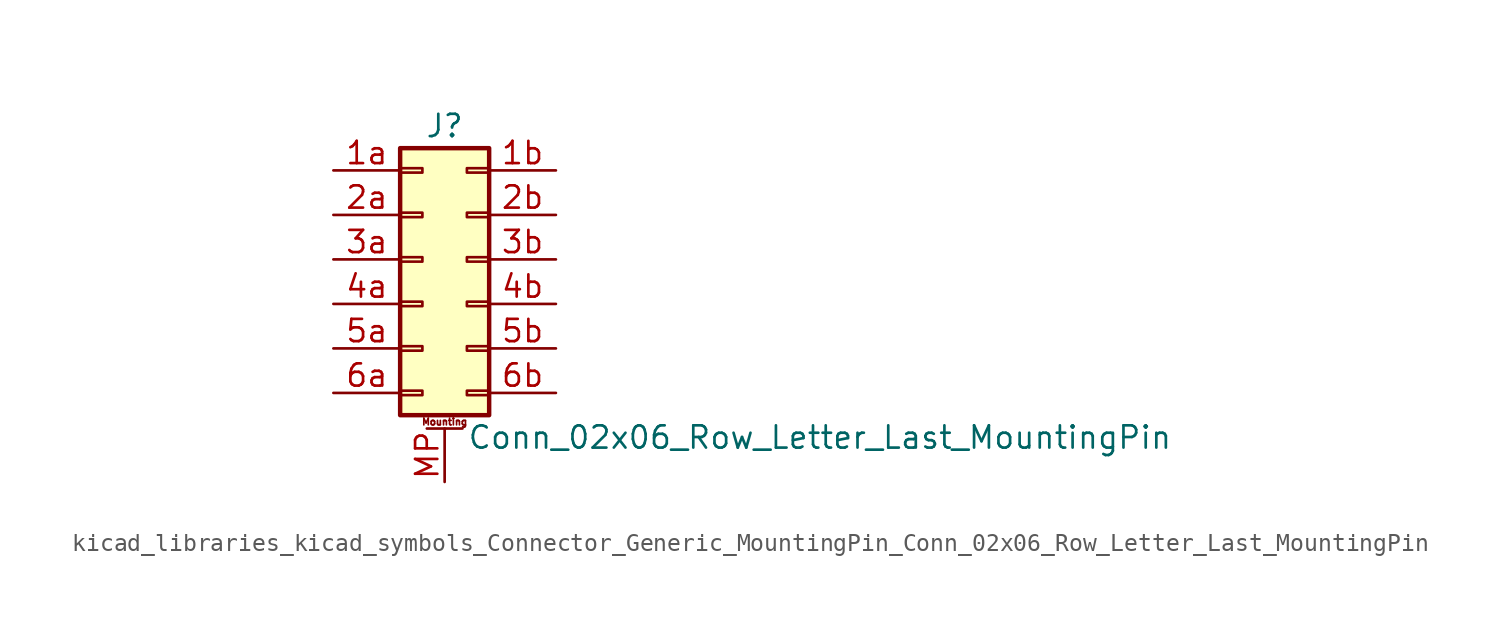
<source format=kicad_sym>
(kicad_symbol_lib
  (version 20220914)
  (generator kicad_symbol_editor)
  (symbol "kicad_libraries_kicad_symbols_Connector_Generic_MountingPin_Conn_02x06_Row_Letter_Last_MountingPin"
    (pin_names
      (offset 1.016) hide)
    (property "Reference" "J"
      (at 1.27 7.62 0)
      (effects (font (size 1.27 1.27))))
    (property "Value" "Conn_02x06_Row_Letter_Last_MountingPin"
      (at 2.54 -10.16 0)
      (effects (font (size 1.27 1.27)) (justify left)))
    (symbol "kicad_libraries_kicad_symbols_Connector_Generic_MountingPin_Conn_02x06_Row_Letter_Last_MountingPin_1_1"
      (rectangle (start -1.27 -7.493) (end 0 -7.747) (stroke (width 0.152) (type default)) (fill (type none)))
      (rectangle (start -1.27 -4.953) (end 0 -5.207) (stroke (width 0.152) (type default)) (fill (type none)))
      (rectangle (start -1.27 -2.413) (end 0 -2.667) (stroke (width 0.152) (type default)) (fill (type none)))
      (rectangle (start -1.27 0.127) (end 0 -0.127) (stroke (width 0.152) (type default)) (fill (type none)))
      (rectangle (start -1.27 2.667) (end 0 2.413) (stroke (width 0.152) (type default)) (fill (type none)))
      (rectangle (start -1.27 5.207) (end 0 4.953) (stroke (width 0.152) (type default)) (fill (type none)))
      (rectangle (start -1.27 6.35) (end 3.81 -8.89) (stroke (width 0.254) (type default)) (fill (type background)))
      (polyline (pts (xy 0.254 -9.652) (xy 2.286 -9.652)) (stroke (width 0.152) (type default)) (fill (type none)))
      (rectangle (start 3.81 -7.493) (end 2.54 -7.747) (stroke (width 0.152) (type default)) (fill (type none)))
      (rectangle (start 3.81 -4.953) (end 2.54 -5.207) (stroke (width 0.152) (type default)) (fill (type none)))
      (rectangle (start 3.81 -2.413) (end 2.54 -2.667) (stroke (width 0.152) (type default)) (fill (type none)))
      (rectangle (start 3.81 0.127) (end 2.54 -0.127) (stroke (width 0.152) (type default)) (fill (type none)))
      (rectangle (start 3.81 2.667) (end 2.54 2.413) (stroke (width 0.152) (type default)) (fill (type none)))
      (rectangle (start 3.81 5.207) (end 2.54 4.953) (stroke (width 0.152) (type default)) (fill (type none)))
      (text "Mounting" (at 1.27 -9.271 0) (effects (font (size 0.381 0.381))))
      (pin passive line (at -5.08 5.08 0) (length 3.81) (name "Pin_1a" (effects (font (size 1.27 1.27)))) (number "1a" (effects (font (size 1.27 1.27)))))
      (pin passive line (at 7.62 5.08 180) (length 3.81) (name "Pin_1b" (effects (font (size 1.27 1.27)))) (number "1b" (effects (font (size 1.27 1.27)))))
      (pin passive line (at -5.08 2.54 0) (length 3.81) (name "Pin_2a" (effects (font (size 1.27 1.27)))) (number "2a" (effects (font (size 1.27 1.27)))))
      (pin passive line (at 7.62 2.54 180) (length 3.81) (name "Pin_2b" (effects (font (size 1.27 1.27)))) (number "2b" (effects (font (size 1.27 1.27)))))
      (pin passive line (at -5.08 0 0) (length 3.81) (name "Pin_3a" (effects (font (size 1.27 1.27)))) (number "3a" (effects (font (size 1.27 1.27)))))
      (pin passive line (at 7.62 0 180) (length 3.81) (name "Pin_3b" (effects (font (size 1.27 1.27)))) (number "3b" (effects (font (size 1.27 1.27)))))
      (pin passive line (at -5.08 -2.54 0) (length 3.81) (name "Pin_4a" (effects (font (size 1.27 1.27)))) (number "4a" (effects (font (size 1.27 1.27)))))
      (pin passive line (at 7.62 -2.54 180) (length 3.81) (name "Pin_4b" (effects (font (size 1.27 1.27)))) (number "4b" (effects (font (size 1.27 1.27)))))
      (pin passive line (at -5.08 -5.08 0) (length 3.81) (name "Pin_5a" (effects (font (size 1.27 1.27)))) (number "5a" (effects (font (size 1.27 1.27)))))
      (pin passive line (at 7.62 -5.08 180) (length 3.81) (name "Pin_5b" (effects (font (size 1.27 1.27)))) (number "5b" (effects (font (size 1.27 1.27)))))
      (pin passive line (at -5.08 -7.62 0) (length 3.81) (name "Pin_6a" (effects (font (size 1.27 1.27)))) (number "6a" (effects (font (size 1.27 1.27)))))
      (pin passive line (at 7.62 -7.62 180) (length 3.81) (name "Pin_6b" (effects (font (size 1.27 1.27)))) (number "6b" (effects (font (size 1.27 1.27)))))
      (pin passive line (at 1.27 -12.7 90) (length 3.048) (name "MountPin" (effects (font (size 1.27 1.27)))) (number "MP" (effects (font (size 1.27 1.27))))))))
</source>
